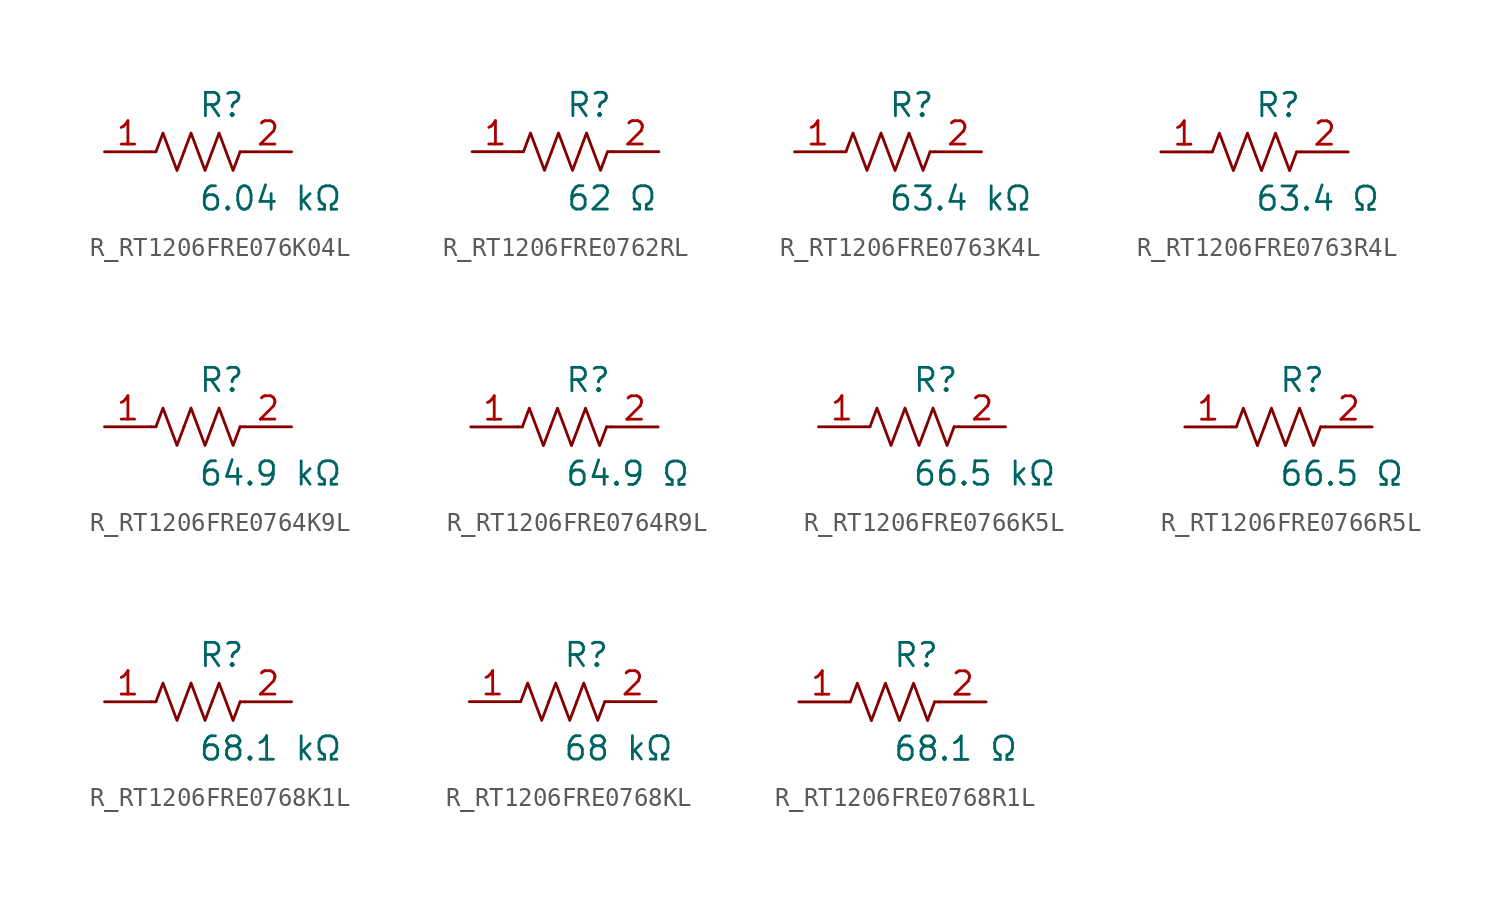
<source format=kicad_sym>
(kicad_symbol_lib
  (version 20231120)
  (generator kicad_symbol_editor)
  (generator_version 8.0)
  (symbol "R_RT1206FRE076K04L"
    (pin_names
      (offset 0.254))
    (property "Reference" "R"
      (at 0 2.54 0)
      (effects (font (size 1.27 1.27)) (justify left)))
    (property "Value" "6.04 kΩ"
      (at 0 -2.54 0)
      (effects (font (size 1.27 1.27)) (justify left)))
    (symbol "R_RT1206FRE076K04L_0_1"
      (polyline (pts (xy 2.286 0) (xy 2.54 0)) (stroke (width 0) (type default)) (fill (type none)))
      (polyline (pts (xy -2.286 0) (xy -2.54 0)) (stroke (width 0) (type default)) (fill (type none)))
      (polyline (pts (xy 0.762 0) (xy 1.143 1.016) (xy 1.524 0) (xy 1.905 -1.016) (xy 2.286 0)) (stroke (width 0) (type default)) (fill (type none)))
      (polyline (pts (xy -0.762 0) (xy -0.381 1.016) (xy 0 0) (xy 0.381 -1.016) (xy 0.762 0)) (stroke (width 0) (type default)) (fill (type none)))
      (polyline (pts (xy -2.286 0) (xy -1.905 1.016) (xy -1.524 0) (xy -1.143 -1.016) (xy -0.762 0)) (stroke (width 0) (type default)) (fill (type none))))
    (pin unspecified line
      (at -5.08 0 0)
      (length 2.54)
      (name "" (effects (font (size 1.27 1.27))))
      (number "1" (effects (font (size 1.27 1.27)))))
    (pin unspecified line
      (at 5.08 0 180)
      (length 2.54)
      (name "" (effects (font (size 1.27 1.27))))
      (number "2" (effects (font (size 1.27 1.27))))))
  (symbol "R_RT1206FRE0762RL"
    (pin_names
      (offset 0.254))
    (property "Reference" "R"
      (at 0 2.54 0)
      (effects (font (size 1.27 1.27)) (justify left)))
    (property "Value" "62 Ω"
      (at 0 -2.54 0)
      (effects (font (size 1.27 1.27)) (justify left)))
    (symbol "R_RT1206FRE0762RL_0_1"
      (polyline (pts (xy 2.286 0) (xy 2.54 0)) (stroke (width 0) (type default)) (fill (type none)))
      (polyline (pts (xy -2.286 0) (xy -2.54 0)) (stroke (width 0) (type default)) (fill (type none)))
      (polyline (pts (xy 0.762 0) (xy 1.143 1.016) (xy 1.524 0) (xy 1.905 -1.016) (xy 2.286 0)) (stroke (width 0) (type default)) (fill (type none)))
      (polyline (pts (xy -0.762 0) (xy -0.381 1.016) (xy 0 0) (xy 0.381 -1.016) (xy 0.762 0)) (stroke (width 0) (type default)) (fill (type none)))
      (polyline (pts (xy -2.286 0) (xy -1.905 1.016) (xy -1.524 0) (xy -1.143 -1.016) (xy -0.762 0)) (stroke (width 0) (type default)) (fill (type none))))
    (pin unspecified line
      (at -5.08 0 0)
      (length 2.54)
      (name "" (effects (font (size 1.27 1.27))))
      (number "1" (effects (font (size 1.27 1.27)))))
    (pin unspecified line
      (at 5.08 0 180)
      (length 2.54)
      (name "" (effects (font (size 1.27 1.27))))
      (number "2" (effects (font (size 1.27 1.27))))))
  (symbol "R_RT1206FRE0763K4L"
    (pin_names
      (offset 0.254))
    (property "Reference" "R"
      (at 0 2.54 0)
      (effects (font (size 1.27 1.27)) (justify left)))
    (property "Value" "63.4 kΩ"
      (at 0 -2.54 0)
      (effects (font (size 1.27 1.27)) (justify left)))
    (symbol "R_RT1206FRE0763K4L_0_1"
      (polyline (pts (xy 2.286 0) (xy 2.54 0)) (stroke (width 0) (type default)) (fill (type none)))
      (polyline (pts (xy -2.286 0) (xy -2.54 0)) (stroke (width 0) (type default)) (fill (type none)))
      (polyline (pts (xy 0.762 0) (xy 1.143 1.016) (xy 1.524 0) (xy 1.905 -1.016) (xy 2.286 0)) (stroke (width 0) (type default)) (fill (type none)))
      (polyline (pts (xy -0.762 0) (xy -0.381 1.016) (xy 0 0) (xy 0.381 -1.016) (xy 0.762 0)) (stroke (width 0) (type default)) (fill (type none)))
      (polyline (pts (xy -2.286 0) (xy -1.905 1.016) (xy -1.524 0) (xy -1.143 -1.016) (xy -0.762 0)) (stroke (width 0) (type default)) (fill (type none))))
    (pin unspecified line
      (at -5.08 0 0)
      (length 2.54)
      (name "" (effects (font (size 1.27 1.27))))
      (number "1" (effects (font (size 1.27 1.27)))))
    (pin unspecified line
      (at 5.08 0 180)
      (length 2.54)
      (name "" (effects (font (size 1.27 1.27))))
      (number "2" (effects (font (size 1.27 1.27))))))
  (symbol "R_RT1206FRE0763R4L"
    (pin_names
      (offset 0.254))
    (property "Reference" "R"
      (at 0 2.54 0)
      (effects (font (size 1.27 1.27)) (justify left)))
    (property "Value" "63.4 Ω"
      (at 0 -2.54 0)
      (effects (font (size 1.27 1.27)) (justify left)))
    (symbol "R_RT1206FRE0763R4L_0_1"
      (polyline (pts (xy 2.286 0) (xy 2.54 0)) (stroke (width 0) (type default)) (fill (type none)))
      (polyline (pts (xy -2.286 0) (xy -2.54 0)) (stroke (width 0) (type default)) (fill (type none)))
      (polyline (pts (xy 0.762 0) (xy 1.143 1.016) (xy 1.524 0) (xy 1.905 -1.016) (xy 2.286 0)) (stroke (width 0) (type default)) (fill (type none)))
      (polyline (pts (xy -0.762 0) (xy -0.381 1.016) (xy 0 0) (xy 0.381 -1.016) (xy 0.762 0)) (stroke (width 0) (type default)) (fill (type none)))
      (polyline (pts (xy -2.286 0) (xy -1.905 1.016) (xy -1.524 0) (xy -1.143 -1.016) (xy -0.762 0)) (stroke (width 0) (type default)) (fill (type none))))
    (pin unspecified line
      (at -5.08 0 0)
      (length 2.54)
      (name "" (effects (font (size 1.27 1.27))))
      (number "1" (effects (font (size 1.27 1.27)))))
    (pin unspecified line
      (at 5.08 0 180)
      (length 2.54)
      (name "" (effects (font (size 1.27 1.27))))
      (number "2" (effects (font (size 1.27 1.27))))))
  (symbol "R_RT1206FRE0764K9L"
    (pin_names
      (offset 0.254))
    (property "Reference" "R"
      (at 0 2.54 0)
      (effects (font (size 1.27 1.27)) (justify left)))
    (property "Value" "64.9 kΩ"
      (at 0 -2.54 0)
      (effects (font (size 1.27 1.27)) (justify left)))
    (symbol "R_RT1206FRE0764K9L_0_1"
      (polyline (pts (xy 2.286 0) (xy 2.54 0)) (stroke (width 0) (type default)) (fill (type none)))
      (polyline (pts (xy -2.286 0) (xy -2.54 0)) (stroke (width 0) (type default)) (fill (type none)))
      (polyline (pts (xy 0.762 0) (xy 1.143 1.016) (xy 1.524 0) (xy 1.905 -1.016) (xy 2.286 0)) (stroke (width 0) (type default)) (fill (type none)))
      (polyline (pts (xy -0.762 0) (xy -0.381 1.016) (xy 0 0) (xy 0.381 -1.016) (xy 0.762 0)) (stroke (width 0) (type default)) (fill (type none)))
      (polyline (pts (xy -2.286 0) (xy -1.905 1.016) (xy -1.524 0) (xy -1.143 -1.016) (xy -0.762 0)) (stroke (width 0) (type default)) (fill (type none))))
    (pin unspecified line
      (at -5.08 0 0)
      (length 2.54)
      (name "" (effects (font (size 1.27 1.27))))
      (number "1" (effects (font (size 1.27 1.27)))))
    (pin unspecified line
      (at 5.08 0 180)
      (length 2.54)
      (name "" (effects (font (size 1.27 1.27))))
      (number "2" (effects (font (size 1.27 1.27))))))
  (symbol "R_RT1206FRE0764R9L"
    (pin_names
      (offset 0.254))
    (property "Reference" "R"
      (at 0 2.54 0)
      (effects (font (size 1.27 1.27)) (justify left)))
    (property "Value" "64.9 Ω"
      (at 0 -2.54 0)
      (effects (font (size 1.27 1.27)) (justify left)))
    (symbol "R_RT1206FRE0764R9L_0_1"
      (polyline (pts (xy 2.286 0) (xy 2.54 0)) (stroke (width 0) (type default)) (fill (type none)))
      (polyline (pts (xy -2.286 0) (xy -2.54 0)) (stroke (width 0) (type default)) (fill (type none)))
      (polyline (pts (xy 0.762 0) (xy 1.143 1.016) (xy 1.524 0) (xy 1.905 -1.016) (xy 2.286 0)) (stroke (width 0) (type default)) (fill (type none)))
      (polyline (pts (xy -0.762 0) (xy -0.381 1.016) (xy 0 0) (xy 0.381 -1.016) (xy 0.762 0)) (stroke (width 0) (type default)) (fill (type none)))
      (polyline (pts (xy -2.286 0) (xy -1.905 1.016) (xy -1.524 0) (xy -1.143 -1.016) (xy -0.762 0)) (stroke (width 0) (type default)) (fill (type none))))
    (pin unspecified line
      (at -5.08 0 0)
      (length 2.54)
      (name "" (effects (font (size 1.27 1.27))))
      (number "1" (effects (font (size 1.27 1.27)))))
    (pin unspecified line
      (at 5.08 0 180)
      (length 2.54)
      (name "" (effects (font (size 1.27 1.27))))
      (number "2" (effects (font (size 1.27 1.27))))))
  (symbol "R_RT1206FRE0766K5L"
    (pin_names
      (offset 0.254))
    (property "Reference" "R"
      (at 0 2.54 0)
      (effects (font (size 1.27 1.27)) (justify left)))
    (property "Value" "66.5 kΩ"
      (at 0 -2.54 0)
      (effects (font (size 1.27 1.27)) (justify left)))
    (symbol "R_RT1206FRE0766K5L_0_1"
      (polyline (pts (xy 2.286 0) (xy 2.54 0)) (stroke (width 0) (type default)) (fill (type none)))
      (polyline (pts (xy -2.286 0) (xy -2.54 0)) (stroke (width 0) (type default)) (fill (type none)))
      (polyline (pts (xy 0.762 0) (xy 1.143 1.016) (xy 1.524 0) (xy 1.905 -1.016) (xy 2.286 0)) (stroke (width 0) (type default)) (fill (type none)))
      (polyline (pts (xy -0.762 0) (xy -0.381 1.016) (xy 0 0) (xy 0.381 -1.016) (xy 0.762 0)) (stroke (width 0) (type default)) (fill (type none)))
      (polyline (pts (xy -2.286 0) (xy -1.905 1.016) (xy -1.524 0) (xy -1.143 -1.016) (xy -0.762 0)) (stroke (width 0) (type default)) (fill (type none))))
    (pin unspecified line
      (at -5.08 0 0)
      (length 2.54)
      (name "" (effects (font (size 1.27 1.27))))
      (number "1" (effects (font (size 1.27 1.27)))))
    (pin unspecified line
      (at 5.08 0 180)
      (length 2.54)
      (name "" (effects (font (size 1.27 1.27))))
      (number "2" (effects (font (size 1.27 1.27))))))
  (symbol "R_RT1206FRE0766R5L"
    (pin_names
      (offset 0.254))
    (property "Reference" "R"
      (at 0 2.54 0)
      (effects (font (size 1.27 1.27)) (justify left)))
    (property "Value" "66.5 Ω"
      (at 0 -2.54 0)
      (effects (font (size 1.27 1.27)) (justify left)))
    (symbol "R_RT1206FRE0766R5L_0_1"
      (polyline (pts (xy 2.286 0) (xy 2.54 0)) (stroke (width 0) (type default)) (fill (type none)))
      (polyline (pts (xy -2.286 0) (xy -2.54 0)) (stroke (width 0) (type default)) (fill (type none)))
      (polyline (pts (xy 0.762 0) (xy 1.143 1.016) (xy 1.524 0) (xy 1.905 -1.016) (xy 2.286 0)) (stroke (width 0) (type default)) (fill (type none)))
      (polyline (pts (xy -0.762 0) (xy -0.381 1.016) (xy 0 0) (xy 0.381 -1.016) (xy 0.762 0)) (stroke (width 0) (type default)) (fill (type none)))
      (polyline (pts (xy -2.286 0) (xy -1.905 1.016) (xy -1.524 0) (xy -1.143 -1.016) (xy -0.762 0)) (stroke (width 0) (type default)) (fill (type none))))
    (pin unspecified line
      (at -5.08 0 0)
      (length 2.54)
      (name "" (effects (font (size 1.27 1.27))))
      (number "1" (effects (font (size 1.27 1.27)))))
    (pin unspecified line
      (at 5.08 0 180)
      (length 2.54)
      (name "" (effects (font (size 1.27 1.27))))
      (number "2" (effects (font (size 1.27 1.27))))))
  (symbol "R_RT1206FRE0768K1L"
    (pin_names
      (offset 0.254))
    (property "Reference" "R"
      (at 0 2.54 0)
      (effects (font (size 1.27 1.27)) (justify left)))
    (property "Value" "68.1 kΩ"
      (at 0 -2.54 0)
      (effects (font (size 1.27 1.27)) (justify left)))
    (symbol "R_RT1206FRE0768K1L_0_1"
      (polyline (pts (xy 2.286 0) (xy 2.54 0)) (stroke (width 0) (type default)) (fill (type none)))
      (polyline (pts (xy -2.286 0) (xy -2.54 0)) (stroke (width 0) (type default)) (fill (type none)))
      (polyline (pts (xy 0.762 0) (xy 1.143 1.016) (xy 1.524 0) (xy 1.905 -1.016) (xy 2.286 0)) (stroke (width 0) (type default)) (fill (type none)))
      (polyline (pts (xy -0.762 0) (xy -0.381 1.016) (xy 0 0) (xy 0.381 -1.016) (xy 0.762 0)) (stroke (width 0) (type default)) (fill (type none)))
      (polyline (pts (xy -2.286 0) (xy -1.905 1.016) (xy -1.524 0) (xy -1.143 -1.016) (xy -0.762 0)) (stroke (width 0) (type default)) (fill (type none))))
    (pin unspecified line
      (at -5.08 0 0)
      (length 2.54)
      (name "" (effects (font (size 1.27 1.27))))
      (number "1" (effects (font (size 1.27 1.27)))))
    (pin unspecified line
      (at 5.08 0 180)
      (length 2.54)
      (name "" (effects (font (size 1.27 1.27))))
      (number "2" (effects (font (size 1.27 1.27))))))
  (symbol "R_RT1206FRE0768KL"
    (pin_names
      (offset 0.254))
    (property "Reference" "R"
      (at 0 2.54 0)
      (effects (font (size 1.27 1.27)) (justify left)))
    (property "Value" "68 kΩ"
      (at 0 -2.54 0)
      (effects (font (size 1.27 1.27)) (justify left)))
    (symbol "R_RT1206FRE0768KL_0_1"
      (polyline (pts (xy 2.286 0) (xy 2.54 0)) (stroke (width 0) (type default)) (fill (type none)))
      (polyline (pts (xy -2.286 0) (xy -2.54 0)) (stroke (width 0) (type default)) (fill (type none)))
      (polyline (pts (xy 0.762 0) (xy 1.143 1.016) (xy 1.524 0) (xy 1.905 -1.016) (xy 2.286 0)) (stroke (width 0) (type default)) (fill (type none)))
      (polyline (pts (xy -0.762 0) (xy -0.381 1.016) (xy 0 0) (xy 0.381 -1.016) (xy 0.762 0)) (stroke (width 0) (type default)) (fill (type none)))
      (polyline (pts (xy -2.286 0) (xy -1.905 1.016) (xy -1.524 0) (xy -1.143 -1.016) (xy -0.762 0)) (stroke (width 0) (type default)) (fill (type none))))
    (pin unspecified line
      (at -5.08 0 0)
      (length 2.54)
      (name "" (effects (font (size 1.27 1.27))))
      (number "1" (effects (font (size 1.27 1.27)))))
    (pin unspecified line
      (at 5.08 0 180)
      (length 2.54)
      (name "" (effects (font (size 1.27 1.27))))
      (number "2" (effects (font (size 1.27 1.27))))))
  (symbol "R_RT1206FRE0768R1L"
    (pin_names
      (offset 0.254))
    (property "Reference" "R"
      (at 0 2.54 0)
      (effects (font (size 1.27 1.27)) (justify left)))
    (property "Value" "68.1 Ω"
      (at 0 -2.54 0)
      (effects (font (size 1.27 1.27)) (justify left)))
    (symbol "R_RT1206FRE0768R1L_0_1"
      (polyline (pts (xy 2.286 0) (xy 2.54 0)) (stroke (width 0) (type default)) (fill (type none)))
      (polyline (pts (xy -2.286 0) (xy -2.54 0)) (stroke (width 0) (type default)) (fill (type none)))
      (polyline (pts (xy 0.762 0) (xy 1.143 1.016) (xy 1.524 0) (xy 1.905 -1.016) (xy 2.286 0)) (stroke (width 0) (type default)) (fill (type none)))
      (polyline (pts (xy -0.762 0) (xy -0.381 1.016) (xy 0 0) (xy 0.381 -1.016) (xy 0.762 0)) (stroke (width 0) (type default)) (fill (type none)))
      (polyline (pts (xy -2.286 0) (xy -1.905 1.016) (xy -1.524 0) (xy -1.143 -1.016) (xy -0.762 0)) (stroke (width 0) (type default)) (fill (type none))))
    (pin unspecified line
      (at -5.08 0 0)
      (length 2.54)
      (name "" (effects (font (size 1.27 1.27))))
      (number "1" (effects (font (size 1.27 1.27)))))
    (pin unspecified line
      (at 5.08 0 180)
      (length 2.54)
      (name "" (effects (font (size 1.27 1.27))))
      (number "2" (effects (font (size 1.27 1.27)))))))
</source>
